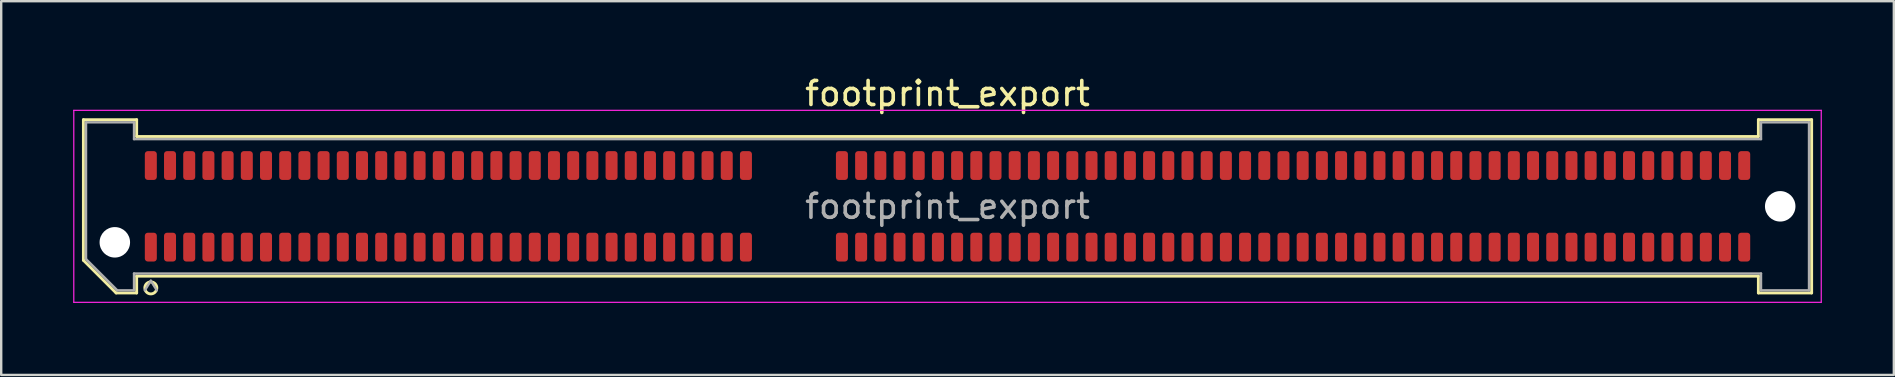
<source format=kicad_pcb>
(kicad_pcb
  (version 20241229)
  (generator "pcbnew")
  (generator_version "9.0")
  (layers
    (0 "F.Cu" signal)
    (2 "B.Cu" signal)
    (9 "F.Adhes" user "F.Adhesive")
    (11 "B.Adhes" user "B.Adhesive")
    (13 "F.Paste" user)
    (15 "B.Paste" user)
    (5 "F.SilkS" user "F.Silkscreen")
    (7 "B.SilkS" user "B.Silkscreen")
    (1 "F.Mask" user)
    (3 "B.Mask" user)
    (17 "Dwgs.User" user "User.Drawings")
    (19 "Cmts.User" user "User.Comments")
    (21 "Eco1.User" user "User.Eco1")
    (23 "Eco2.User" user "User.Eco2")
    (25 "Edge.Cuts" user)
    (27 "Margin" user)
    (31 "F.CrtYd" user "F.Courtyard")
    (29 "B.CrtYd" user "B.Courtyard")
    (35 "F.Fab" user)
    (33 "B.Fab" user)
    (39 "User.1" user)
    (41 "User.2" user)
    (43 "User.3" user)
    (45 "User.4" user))
  (footprint "footprint_export"
    (layer "F.Cu")
    (at 36.435 5.548)
    (property "Reference" "footprint_export" (at 0 -4.7 0) (layer "F.SilkS") (effects (font (size 1 1) (thickness 0.15))))
    (attr smd)
    (fp_line (start -36.01 -3.61) (end -33.79 -3.61) (stroke (width 0.12) (type solid)) (layer "F.SilkS"))
    (fp_line (start -36.01 2.246) (end -36.01 -3.61) (stroke (width 0.12) (type solid)) (layer "F.SilkS"))
    (fp_line (start -34.646 3.61) (end -36.01 2.246) (stroke (width 0.12) (type solid)) (layer "F.SilkS"))
    (fp_line (start -33.79 -3.61) (end -33.79 -2.91) (stroke (width 0.12) (type solid)) (layer "F.SilkS"))
    (fp_line (start -33.79 -2.91) (end 33.79 -2.91) (stroke (width 0.12) (type solid)) (layer "F.SilkS"))
    (fp_line (start -33.79 2.91) (end -33.79 3.61) (stroke (width 0.12) (type solid)) (layer "F.SilkS"))
    (fp_line (start -33.79 3.61) (end -34.646 3.61) (stroke (width 0.12) (type solid)) (layer "F.SilkS"))
    (fp_line (start 33.79 -3.61) (end 36.01 -3.61) (stroke (width 0.12) (type solid)) (layer "F.SilkS"))
    (fp_line (start 33.79 -2.91) (end 33.79 -3.61) (stroke (width 0.12) (type solid)) (layer "F.SilkS"))
    (fp_line (start 33.79 2.91) (end -33.79 2.91) (stroke (width 0.12) (type solid)) (layer "F.SilkS"))
    (fp_line (start 33.79 3.61) (end 33.79 2.91) (stroke (width 0.12) (type solid)) (layer "F.SilkS"))
    (fp_line (start 36.01 -3.61) (end 36.01 3.61) (stroke (width 0.12) (type solid)) (layer "F.SilkS"))
    (fp_line (start 36.01 3.61) (end 33.79 3.61) (stroke (width 0.12) (type solid)) (layer "F.SilkS"))
    (fp_arc (start -32.95 3.4) (mid -33.45 3.4) (end -32.95 3.4) (stroke (width 0.12) (type solid)) (layer "F.SilkS"))
    (fp_line (start -36.41 -4) (end -36.41 4) (stroke (width 0.05) (type solid)) (layer "F.CrtYd"))
    (fp_line (start -36.41 4) (end 36.41 4) (stroke (width 0.05) (type solid)) (layer "F.CrtYd"))
    (fp_line (start 36.41 -4) (end -36.41 -4) (stroke (width 0.05) (type solid)) (layer "F.CrtYd"))
    (fp_line (start 36.41 4) (end 36.41 -4) (stroke (width 0.05) (type solid)) (layer "F.CrtYd"))
    (fp_line (start -35.9 -3.5) (end -33.9 -3.5) (stroke (width 0.1) (type solid)) (layer "F.Fab"))
    (fp_line (start -35.9 2.2) (end -35.9 -3.5) (stroke (width 0.1) (type solid)) (layer "F.Fab"))
    (fp_line (start -34.6 3.5) (end -35.9 2.2) (stroke (width 0.1) (type solid)) (layer "F.Fab"))
    (fp_line (start -33.9 -3.5) (end -33.9 -2.8) (stroke (width 0.1) (type solid)) (layer "F.Fab"))
    (fp_line (start -33.9 -2.8) (end 33.9 -2.8) (stroke (width 0.1) (type solid)) (layer "F.Fab"))
    (fp_line (start -33.9 2.8) (end -33.9 3.5) (stroke (width 0.1) (type solid)) (layer "F.Fab"))
    (fp_line (start -33.9 3.5) (end -34.6 3.5) (stroke (width 0.1) (type solid)) (layer "F.Fab"))
    (fp_line (start -33.2 3.1) (end -33.45 3.5) (stroke (width 0.1) (type solid)) (layer "F.Fab"))
    (fp_line (start -33.2 3.1) (end -32.95 3.5) (stroke (width 0.1) (type solid)) (layer "F.Fab"))
    (fp_line (start 33.9 -3.5) (end 35.9 -3.5) (stroke (width 0.1) (type solid)) (layer "F.Fab"))
    (fp_line (start 33.9 -2.8) (end 33.9 -3.5) (stroke (width 0.1) (type solid)) (layer "F.Fab"))
    (fp_line (start 33.9 2.8) (end -33.9 2.8) (stroke (width 0.1) (type solid)) (layer "F.Fab"))
    (fp_line (start 33.9 3.5) (end 33.9 2.8) (stroke (width 0.1) (type solid)) (layer "F.Fab"))
    (fp_line (start 35.9 -3.5) (end 35.9 3.5) (stroke (width 0.1) (type solid)) (layer "F.Fab"))
    (fp_line (start 35.9 3.5) (end 33.9 3.5) (stroke (width 0.1) (type solid)) (layer "F.Fab"))
    (fp_text user "${REFERENCE}" (at 0 0 0) (layer "F.Fab") (effects (font (size 1 1) (thickness 0.15))))
    (pad "" np_thru_hole circle (at -34.7 1.5) (size 1.27 1.27) (drill 1.27) (layers "*.Cu" "*.Mask"))
    (pad "" np_thru_hole circle (at 34.7 0) (size 1.27 1.27) (drill 1.27) (layers "*.Cu" "*.Mask"))
    (pad "1" smd roundrect (at -33.2 1.7) (size 0.5 1.2) (layers "F.Cu" "F.Mask" "F.Paste") (roundrect_rratio 0.25))
    (pad "2" smd roundrect (at -33.2 -1.7) (size 0.5 1.2) (layers "F.Cu" "F.Mask" "F.Paste") (roundrect_rratio 0.25))
    (pad "3" smd roundrect (at -32.4 1.7) (size 0.5 1.2) (layers "F.Cu" "F.Mask" "F.Paste") (roundrect_rratio 0.25))
    (pad "4" smd roundrect (at -32.4 -1.7) (size 0.5 1.2) (layers "F.Cu" "F.Mask" "F.Paste") (roundrect_rratio 0.25))
    (pad "5" smd roundrect (at -31.6 1.7) (size 0.5 1.2) (layers "F.Cu" "F.Mask" "F.Paste") (roundrect_rratio 0.25))
    (pad "6" smd roundrect (at -31.6 -1.7) (size 0.5 1.2) (layers "F.Cu" "F.Mask" "F.Paste") (roundrect_rratio 0.25))
    (pad "7" smd roundrect (at -30.8 1.7) (size 0.5 1.2) (layers "F.Cu" "F.Mask" "F.Paste") (roundrect_rratio 0.25))
    (pad "8" smd roundrect (at -30.8 -1.7) (size 0.5 1.2) (layers "F.Cu" "F.Mask" "F.Paste") (roundrect_rratio 0.25))
    (pad "9" smd roundrect (at -30 1.7) (size 0.5 1.2) (layers "F.Cu" "F.Mask" "F.Paste") (roundrect_rratio 0.25))
    (pad "10" smd roundrect (at -30 -1.7) (size 0.5 1.2) (layers "F.Cu" "F.Mask" "F.Paste") (roundrect_rratio 0.25))
    (pad "11" smd roundrect (at -29.2 1.7) (size 0.5 1.2) (layers "F.Cu" "F.Mask" "F.Paste") (roundrect_rratio 0.25))
    (pad "12" smd roundrect (at -29.2 -1.7) (size 0.5 1.2) (layers "F.Cu" "F.Mask" "F.Paste") (roundrect_rratio 0.25))
    (pad "13" smd roundrect (at -28.4 1.7) (size 0.5 1.2) (layers "F.Cu" "F.Mask" "F.Paste") (roundrect_rratio 0.25))
    (pad "14" smd roundrect (at -28.4 -1.7) (size 0.5 1.2) (layers "F.Cu" "F.Mask" "F.Paste") (roundrect_rratio 0.25))
    (pad "15" smd roundrect (at -27.6 1.7) (size 0.5 1.2) (layers "F.Cu" "F.Mask" "F.Paste") (roundrect_rratio 0.25))
    (pad "16" smd roundrect (at -27.6 -1.7) (size 0.5 1.2) (layers "F.Cu" "F.Mask" "F.Paste") (roundrect_rratio 0.25))
    (pad "17" smd roundrect (at -26.8 1.7) (size 0.5 1.2) (layers "F.Cu" "F.Mask" "F.Paste") (roundrect_rratio 0.25))
    (pad "18" smd roundrect (at -26.8 -1.7) (size 0.5 1.2) (layers "F.Cu" "F.Mask" "F.Paste") (roundrect_rratio 0.25))
    (pad "19" smd roundrect (at -26 1.7) (size 0.5 1.2) (layers "F.Cu" "F.Mask" "F.Paste") (roundrect_rratio 0.25))
    (pad "20" smd roundrect (at -26 -1.7) (size 0.5 1.2) (layers "F.Cu" "F.Mask" "F.Paste") (roundrect_rratio 0.25))
    (pad "21" smd roundrect (at -25.2 1.7) (size 0.5 1.2) (layers "F.Cu" "F.Mask" "F.Paste") (roundrect_rratio 0.25))
    (pad "22" smd roundrect (at -25.2 -1.7) (size 0.5 1.2) (layers "F.Cu" "F.Mask" "F.Paste") (roundrect_rratio 0.25))
    (pad "23" smd roundrect (at -24.4 1.7) (size 0.5 1.2) (layers "F.Cu" "F.Mask" "F.Paste") (roundrect_rratio 0.25))
    (pad "24" smd roundrect (at -24.4 -1.7) (size 0.5 1.2) (layers "F.Cu" "F.Mask" "F.Paste") (roundrect_rratio 0.25))
    (pad "25" smd roundrect (at -23.6 1.7) (size 0.5 1.2) (layers "F.Cu" "F.Mask" "F.Paste") (roundrect_rratio 0.25))
    (pad "26" smd roundrect (at -23.6 -1.7) (size 0.5 1.2) (layers "F.Cu" "F.Mask" "F.Paste") (roundrect_rratio 0.25))
    (pad "27" smd roundrect (at -22.8 1.7) (size 0.5 1.2) (layers "F.Cu" "F.Mask" "F.Paste") (roundrect_rratio 0.25))
    (pad "28" smd roundrect (at -22.8 -1.7) (size 0.5 1.2) (layers "F.Cu" "F.Mask" "F.Paste") (roundrect_rratio 0.25))
    (pad "29" smd roundrect (at -22 1.7) (size 0.5 1.2) (layers "F.Cu" "F.Mask" "F.Paste") (roundrect_rratio 0.25))
    (pad "30" smd roundrect (at -22 -1.7) (size 0.5 1.2) (layers "F.Cu" "F.Mask" "F.Paste") (roundrect_rratio 0.25))
    (pad "31" smd roundrect (at -21.2 1.7) (size 0.5 1.2) (layers "F.Cu" "F.Mask" "F.Paste") (roundrect_rratio 0.25))
    (pad "32" smd roundrect (at -21.2 -1.7) (size 0.5 1.2) (layers "F.Cu" "F.Mask" "F.Paste") (roundrect_rratio 0.25))
    (pad "33" smd roundrect (at -20.4 1.7) (size 0.5 1.2) (layers "F.Cu" "F.Mask" "F.Paste") (roundrect_rratio 0.25))
    (pad "34" smd roundrect (at -20.4 -1.7) (size 0.5 1.2) (layers "F.Cu" "F.Mask" "F.Paste") (roundrect_rratio 0.25))
    (pad "35" smd roundrect (at -19.6 1.7) (size 0.5 1.2) (layers "F.Cu" "F.Mask" "F.Paste") (roundrect_rratio 0.25))
    (pad "36" smd roundrect (at -19.6 -1.7) (size 0.5 1.2) (layers "F.Cu" "F.Mask" "F.Paste") (roundrect_rratio 0.25))
    (pad "37" smd roundrect (at -18.8 1.7) (size 0.5 1.2) (layers "F.Cu" "F.Mask" "F.Paste") (roundrect_rratio 0.25))
    (pad "38" smd roundrect (at -18.8 -1.7) (size 0.5 1.2) (layers "F.Cu" "F.Mask" "F.Paste") (roundrect_rratio 0.25))
    (pad "39" smd roundrect (at -18 1.7) (size 0.5 1.2) (layers "F.Cu" "F.Mask" "F.Paste") (roundrect_rratio 0.25))
    (pad "40" smd roundrect (at -18 -1.7) (size 0.5 1.2) (layers "F.Cu" "F.Mask" "F.Paste") (roundrect_rratio 0.25))
    (pad "41" smd roundrect (at -17.2 1.7) (size 0.5 1.2) (layers "F.Cu" "F.Mask" "F.Paste") (roundrect_rratio 0.25))
    (pad "42" smd roundrect (at -17.2 -1.7) (size 0.5 1.2) (layers "F.Cu" "F.Mask" "F.Paste") (roundrect_rratio 0.25))
    (pad "43" smd roundrect (at -16.4 1.7) (size 0.5 1.2) (layers "F.Cu" "F.Mask" "F.Paste") (roundrect_rratio 0.25))
    (pad "44" smd roundrect (at -16.4 -1.7) (size 0.5 1.2) (layers "F.Cu" "F.Mask" "F.Paste") (roundrect_rratio 0.25))
    (pad "45" smd roundrect (at -15.6 1.7) (size 0.5 1.2) (layers "F.Cu" "F.Mask" "F.Paste") (roundrect_rratio 0.25))
    (pad "46" smd roundrect (at -15.6 -1.7) (size 0.5 1.2) (layers "F.Cu" "F.Mask" "F.Paste") (roundrect_rratio 0.25))
    (pad "47" smd roundrect (at -14.8 1.7) (size 0.5 1.2) (layers "F.Cu" "F.Mask" "F.Paste") (roundrect_rratio 0.25))
    (pad "48" smd roundrect (at -14.8 -1.7) (size 0.5 1.2) (layers "F.Cu" "F.Mask" "F.Paste") (roundrect_rratio 0.25))
    (pad "49" smd roundrect (at -14 1.7) (size 0.5 1.2) (layers "F.Cu" "F.Mask" "F.Paste") (roundrect_rratio 0.25))
    (pad "50" smd roundrect (at -14 -1.7) (size 0.5 1.2) (layers "F.Cu" "F.Mask" "F.Paste") (roundrect_rratio 0.25))
    (pad "51" smd roundrect (at -13.2 1.7) (size 0.5 1.2) (layers "F.Cu" "F.Mask" "F.Paste") (roundrect_rratio 0.25))
    (pad "52" smd roundrect (at -13.2 -1.7) (size 0.5 1.2) (layers "F.Cu" "F.Mask" "F.Paste") (roundrect_rratio 0.25))
    (pad "53" smd roundrect (at -12.4 1.7) (size 0.5 1.2) (layers "F.Cu" "F.Mask" "F.Paste") (roundrect_rratio 0.25))
    (pad "54" smd roundrect (at -12.4 -1.7) (size 0.5 1.2) (layers "F.Cu" "F.Mask" "F.Paste") (roundrect_rratio 0.25))
    (pad "55" smd roundrect (at -11.6 1.7) (size 0.5 1.2) (layers "F.Cu" "F.Mask" "F.Paste") (roundrect_rratio 0.25))
    (pad "56" smd roundrect (at -11.6 -1.7) (size 0.5 1.2) (layers "F.Cu" "F.Mask" "F.Paste") (roundrect_rratio 0.25))
    (pad "57" smd roundrect (at -10.8 1.7) (size 0.5 1.2) (layers "F.Cu" "F.Mask" "F.Paste") (roundrect_rratio 0.25))
    (pad "58" smd roundrect (at -10.8 -1.7) (size 0.5 1.2) (layers "F.Cu" "F.Mask" "F.Paste") (roundrect_rratio 0.25))
    (pad "59" smd roundrect (at -10 1.7) (size 0.5 1.2) (layers "F.Cu" "F.Mask" "F.Paste") (roundrect_rratio 0.25))
    (pad "60" smd roundrect (at -10 -1.7) (size 0.5 1.2) (layers "F.Cu" "F.Mask" "F.Paste") (roundrect_rratio 0.25))
    (pad "61" smd roundrect (at -9.2 1.7) (size 0.5 1.2) (layers "F.Cu" "F.Mask" "F.Paste") (roundrect_rratio 0.25))
    (pad "62" smd roundrect (at -9.2 -1.7) (size 0.5 1.2) (layers "F.Cu" "F.Mask" "F.Paste") (roundrect_rratio 0.25))
    (pad "63" smd roundrect (at -8.4 1.7) (size 0.5 1.2) (layers "F.Cu" "F.Mask" "F.Paste") (roundrect_rratio 0.25))
    (pad "64" smd roundrect (at -8.4 -1.7) (size 0.5 1.2) (layers "F.Cu" "F.Mask" "F.Paste") (roundrect_rratio 0.25))
    (pad "65" smd roundrect (at -4.4 1.7) (size 0.5 1.2) (layers "F.Cu" "F.Mask" "F.Paste") (roundrect_rratio 0.25))
    (pad "66" smd roundrect (at -4.4 -1.7) (size 0.5 1.2) (layers "F.Cu" "F.Mask" "F.Paste") (roundrect_rratio 0.25))
    (pad "67" smd roundrect (at -3.6 1.7) (size 0.5 1.2) (layers "F.Cu" "F.Mask" "F.Paste") (roundrect_rratio 0.25))
    (pad "68" smd roundrect (at -3.6 -1.7) (size 0.5 1.2) (layers "F.Cu" "F.Mask" "F.Paste") (roundrect_rratio 0.25))
    (pad "69" smd roundrect (at -2.8 1.7) (size 0.5 1.2) (layers "F.Cu" "F.Mask" "F.Paste") (roundrect_rratio 0.25))
    (pad "70" smd roundrect (at -2.8 -1.7) (size 0.5 1.2) (layers "F.Cu" "F.Mask" "F.Paste") (roundrect_rratio 0.25))
    (pad "71" smd roundrect (at -2 1.7) (size 0.5 1.2) (layers "F.Cu" "F.Mask" "F.Paste") (roundrect_rratio 0.25))
    (pad "72" smd roundrect (at -2 -1.7) (size 0.5 1.2) (layers "F.Cu" "F.Mask" "F.Paste") (roundrect_rratio 0.25))
    (pad "73" smd roundrect (at -1.2 1.7) (size 0.5 1.2) (layers "F.Cu" "F.Mask" "F.Paste") (roundrect_rratio 0.25))
    (pad "74" smd roundrect (at -1.2 -1.7) (size 0.5 1.2) (layers "F.Cu" "F.Mask" "F.Paste") (roundrect_rratio 0.25))
    (pad "75" smd roundrect (at -0.4 1.7) (size 0.5 1.2) (layers "F.Cu" "F.Mask" "F.Paste") (roundrect_rratio 0.25))
    (pad "76" smd roundrect (at -0.4 -1.7) (size 0.5 1.2) (layers "F.Cu" "F.Mask" "F.Paste") (roundrect_rratio 0.25))
    (pad "77" smd roundrect (at 0.4 1.7) (size 0.5 1.2) (layers "F.Cu" "F.Mask" "F.Paste") (roundrect_rratio 0.25))
    (pad "78" smd roundrect (at 0.4 -1.7) (size 0.5 1.2) (layers "F.Cu" "F.Mask" "F.Paste") (roundrect_rratio 0.25))
    (pad "79" smd roundrect (at 1.2 1.7) (size 0.5 1.2) (layers "F.Cu" "F.Mask" "F.Paste") (roundrect_rratio 0.25))
    (pad "80" smd roundrect (at 1.2 -1.7) (size 0.5 1.2) (layers "F.Cu" "F.Mask" "F.Paste") (roundrect_rratio 0.25))
    (pad "81" smd roundrect (at 2 1.7) (size 0.5 1.2) (layers "F.Cu" "F.Mask" "F.Paste") (roundrect_rratio 0.25))
    (pad "82" smd roundrect (at 2 -1.7) (size 0.5 1.2) (layers "F.Cu" "F.Mask" "F.Paste") (roundrect_rratio 0.25))
    (pad "83" smd roundrect (at 2.8 1.7) (size 0.5 1.2) (layers "F.Cu" "F.Mask" "F.Paste") (roundrect_rratio 0.25))
    (pad "84" smd roundrect (at 2.8 -1.7) (size 0.5 1.2) (layers "F.Cu" "F.Mask" "F.Paste") (roundrect_rratio 0.25))
    (pad "85" smd roundrect (at 3.6 1.7) (size 0.5 1.2) (layers "F.Cu" "F.Mask" "F.Paste") (roundrect_rratio 0.25))
    (pad "86" smd roundrect (at 3.6 -1.7) (size 0.5 1.2) (layers "F.Cu" "F.Mask" "F.Paste") (roundrect_rratio 0.25))
    (pad "87" smd roundrect (at 4.4 1.7) (size 0.5 1.2) (layers "F.Cu" "F.Mask" "F.Paste") (roundrect_rratio 0.25))
    (pad "88" smd roundrect (at 4.4 -1.7) (size 0.5 1.2) (layers "F.Cu" "F.Mask" "F.Paste") (roundrect_rratio 0.25))
    (pad "89" smd roundrect (at 5.2 1.7) (size 0.5 1.2) (layers "F.Cu" "F.Mask" "F.Paste") (roundrect_rratio 0.25))
    (pad "90" smd roundrect (at 5.2 -1.7) (size 0.5 1.2) (layers "F.Cu" "F.Mask" "F.Paste") (roundrect_rratio 0.25))
    (pad "91" smd roundrect (at 6 1.7) (size 0.5 1.2) (layers "F.Cu" "F.Mask" "F.Paste") (roundrect_rratio 0.25))
    (pad "92" smd roundrect (at 6 -1.7) (size 0.5 1.2) (layers "F.Cu" "F.Mask" "F.Paste") (roundrect_rratio 0.25))
    (pad "93" smd roundrect (at 6.8 1.7) (size 0.5 1.2) (layers "F.Cu" "F.Mask" "F.Paste") (roundrect_rratio 0.25))
    (pad "94" smd roundrect (at 6.8 -1.7) (size 0.5 1.2) (layers "F.Cu" "F.Mask" "F.Paste") (roundrect_rratio 0.25))
    (pad "95" smd roundrect (at 7.6 1.7) (size 0.5 1.2) (layers "F.Cu" "F.Mask" "F.Paste") (roundrect_rratio 0.25))
    (pad "96" smd roundrect (at 7.6 -1.7) (size 0.5 1.2) (layers "F.Cu" "F.Mask" "F.Paste") (roundrect_rratio 0.25))
    (pad "97" smd roundrect (at 8.4 1.7) (size 0.5 1.2) (layers "F.Cu" "F.Mask" "F.Paste") (roundrect_rratio 0.25))
    (pad "98" smd roundrect (at 8.4 -1.7) (size 0.5 1.2) (layers "F.Cu" "F.Mask" "F.Paste") (roundrect_rratio 0.25))
    (pad "99" smd roundrect (at 9.2 1.7) (size 0.5 1.2) (layers "F.Cu" "F.Mask" "F.Paste") (roundrect_rratio 0.25))
    (pad "100" smd roundrect (at 9.2 -1.7) (size 0.5 1.2) (layers "F.Cu" "F.Mask" "F.Paste") (roundrect_rratio 0.25))
    (pad "101" smd roundrect (at 10 1.7) (size 0.5 1.2) (layers "F.Cu" "F.Mask" "F.Paste") (roundrect_rratio 0.25))
    (pad "102" smd roundrect (at 10 -1.7) (size 0.5 1.2) (layers "F.Cu" "F.Mask" "F.Paste") (roundrect_rratio 0.25))
    (pad "103" smd roundrect (at 10.8 1.7) (size 0.5 1.2) (layers "F.Cu" "F.Mask" "F.Paste") (roundrect_rratio 0.25))
    (pad "104" smd roundrect (at 10.8 -1.7) (size 0.5 1.2) (layers "F.Cu" "F.Mask" "F.Paste") (roundrect_rratio 0.25))
    (pad "105" smd roundrect (at 11.6 1.7) (size 0.5 1.2) (layers "F.Cu" "F.Mask" "F.Paste") (roundrect_rratio 0.25))
    (pad "106" smd roundrect (at 11.6 -1.7) (size 0.5 1.2) (layers "F.Cu" "F.Mask" "F.Paste") (roundrect_rratio 0.25))
    (pad "107" smd roundrect (at 12.4 1.7) (size 0.5 1.2) (layers "F.Cu" "F.Mask" "F.Paste") (roundrect_rratio 0.25))
    (pad "108" smd roundrect (at 12.4 -1.7) (size 0.5 1.2) (layers "F.Cu" "F.Mask" "F.Paste") (roundrect_rratio 0.25))
    (pad "109" smd roundrect (at 13.2 1.7) (size 0.5 1.2) (layers "F.Cu" "F.Mask" "F.Paste") (roundrect_rratio 0.25))
    (pad "110" smd roundrect (at 13.2 -1.7) (size 0.5 1.2) (layers "F.Cu" "F.Mask" "F.Paste") (roundrect_rratio 0.25))
    (pad "111" smd roundrect (at 14 1.7) (size 0.5 1.2) (layers "F.Cu" "F.Mask" "F.Paste") (roundrect_rratio 0.25))
    (pad "112" smd roundrect (at 14 -1.7) (size 0.5 1.2) (layers "F.Cu" "F.Mask" "F.Paste") (roundrect_rratio 0.25))
    (pad "113" smd roundrect (at 14.8 1.7) (size 0.5 1.2) (layers "F.Cu" "F.Mask" "F.Paste") (roundrect_rratio 0.25))
    (pad "114" smd roundrect (at 14.8 -1.7) (size 0.5 1.2) (layers "F.Cu" "F.Mask" "F.Paste") (roundrect_rratio 0.25))
    (pad "115" smd roundrect (at 15.6 1.7) (size 0.5 1.2) (layers "F.Cu" "F.Mask" "F.Paste") (roundrect_rratio 0.25))
    (pad "116" smd roundrect (at 15.6 -1.7) (size 0.5 1.2) (layers "F.Cu" "F.Mask" "F.Paste") (roundrect_rratio 0.25))
    (pad "117" smd roundrect (at 16.4 1.7) (size 0.5 1.2) (layers "F.Cu" "F.Mask" "F.Paste") (roundrect_rratio 0.25))
    (pad "118" smd roundrect (at 16.4 -1.7) (size 0.5 1.2) (layers "F.Cu" "F.Mask" "F.Paste") (roundrect_rratio 0.25))
    (pad "119" smd roundrect (at 17.2 1.7) (size 0.5 1.2) (layers "F.Cu" "F.Mask" "F.Paste") (roundrect_rratio 0.25))
    (pad "120" smd roundrect (at 17.2 -1.7) (size 0.5 1.2) (layers "F.Cu" "F.Mask" "F.Paste") (roundrect_rratio 0.25))
    (pad "121" smd roundrect (at 18 1.7) (size 0.5 1.2) (layers "F.Cu" "F.Mask" "F.Paste") (roundrect_rratio 0.25))
    (pad "122" smd roundrect (at 18 -1.7) (size 0.5 1.2) (layers "F.Cu" "F.Mask" "F.Paste") (roundrect_rratio 0.25))
    (pad "123" smd roundrect (at 18.8 1.7) (size 0.5 1.2) (layers "F.Cu" "F.Mask" "F.Paste") (roundrect_rratio 0.25))
    (pad "124" smd roundrect (at 18.8 -1.7) (size 0.5 1.2) (layers "F.Cu" "F.Mask" "F.Paste") (roundrect_rratio 0.25))
    (pad "125" smd roundrect (at 19.6 1.7) (size 0.5 1.2) (layers "F.Cu" "F.Mask" "F.Paste") (roundrect_rratio 0.25))
    (pad "126" smd roundrect (at 19.6 -1.7) (size 0.5 1.2) (layers "F.Cu" "F.Mask" "F.Paste") (roundrect_rratio 0.25))
    (pad "127" smd roundrect (at 20.4 1.7) (size 0.5 1.2) (layers "F.Cu" "F.Mask" "F.Paste") (roundrect_rratio 0.25))
    (pad "128" smd roundrect (at 20.4 -1.7) (size 0.5 1.2) (layers "F.Cu" "F.Mask" "F.Paste") (roundrect_rratio 0.25))
    (pad "129" smd roundrect (at 21.2 1.7) (size 0.5 1.2) (layers "F.Cu" "F.Mask" "F.Paste") (roundrect_rratio 0.25))
    (pad "130" smd roundrect (at 21.2 -1.7) (size 0.5 1.2) (layers "F.Cu" "F.Mask" "F.Paste") (roundrect_rratio 0.25))
    (pad "131" smd roundrect (at 22 1.7) (size 0.5 1.2) (layers "F.Cu" "F.Mask" "F.Paste") (roundrect_rratio 0.25))
    (pad "132" smd roundrect (at 22 -1.7) (size 0.5 1.2) (layers "F.Cu" "F.Mask" "F.Paste") (roundrect_rratio 0.25))
    (pad "133" smd roundrect (at 22.8 1.7) (size 0.5 1.2) (layers "F.Cu" "F.Mask" "F.Paste") (roundrect_rratio 0.25))
    (pad "134" smd roundrect (at 22.8 -1.7) (size 0.5 1.2) (layers "F.Cu" "F.Mask" "F.Paste") (roundrect_rratio 0.25))
    (pad "135" smd roundrect (at 23.6 1.7) (size 0.5 1.2) (layers "F.Cu" "F.Mask" "F.Paste") (roundrect_rratio 0.25))
    (pad "136" smd roundrect (at 23.6 -1.7) (size 0.5 1.2) (layers "F.Cu" "F.Mask" "F.Paste") (roundrect_rratio 0.25))
    (pad "137" smd roundrect (at 24.4 1.7) (size 0.5 1.2) (layers "F.Cu" "F.Mask" "F.Paste") (roundrect_rratio 0.25))
    (pad "138" smd roundrect (at 24.4 -1.7) (size 0.5 1.2) (layers "F.Cu" "F.Mask" "F.Paste") (roundrect_rratio 0.25))
    (pad "139" smd roundrect (at 25.2 1.7) (size 0.5 1.2) (layers "F.Cu" "F.Mask" "F.Paste") (roundrect_rratio 0.25))
    (pad "140" smd roundrect (at 25.2 -1.7) (size 0.5 1.2) (layers "F.Cu" "F.Mask" "F.Paste") (roundrect_rratio 0.25))
    (pad "141" smd roundrect (at 26 1.7) (size 0.5 1.2) (layers "F.Cu" "F.Mask" "F.Paste") (roundrect_rratio 0.25))
    (pad "142" smd roundrect (at 26 -1.7) (size 0.5 1.2) (layers "F.Cu" "F.Mask" "F.Paste") (roundrect_rratio 0.25))
    (pad "143" smd roundrect (at 26.8 1.7) (size 0.5 1.2) (layers "F.Cu" "F.Mask" "F.Paste") (roundrect_rratio 0.25))
    (pad "144" smd roundrect (at 26.8 -1.7) (size 0.5 1.2) (layers "F.Cu" "F.Mask" "F.Paste") (roundrect_rratio 0.25))
    (pad "145" smd roundrect (at 27.6 1.7) (size 0.5 1.2) (layers "F.Cu" "F.Mask" "F.Paste") (roundrect_rratio 0.25))
    (pad "146" smd roundrect (at 27.6 -1.7) (size 0.5 1.2) (layers "F.Cu" "F.Mask" "F.Paste") (roundrect_rratio 0.25))
    (pad "147" smd roundrect (at 28.4 1.7) (size 0.5 1.2) (layers "F.Cu" "F.Mask" "F.Paste") (roundrect_rratio 0.25))
    (pad "148" smd roundrect (at 28.4 -1.7) (size 0.5 1.2) (layers "F.Cu" "F.Mask" "F.Paste") (roundrect_rratio 0.25))
    (pad "149" smd roundrect (at 29.2 1.7) (size 0.5 1.2) (layers "F.Cu" "F.Mask" "F.Paste") (roundrect_rratio 0.25))
    (pad "150" smd roundrect (at 29.2 -1.7) (size 0.5 1.2) (layers "F.Cu" "F.Mask" "F.Paste") (roundrect_rratio 0.25))
    (pad "151" smd roundrect (at 30 1.7) (size 0.5 1.2) (layers "F.Cu" "F.Mask" "F.Paste") (roundrect_rratio 0.25))
    (pad "152" smd roundrect (at 30 -1.7) (size 0.5 1.2) (layers "F.Cu" "F.Mask" "F.Paste") (roundrect_rratio 0.25))
    (pad "153" smd roundrect (at 30.8 1.7) (size 0.5 1.2) (layers "F.Cu" "F.Mask" "F.Paste") (roundrect_rratio 0.25))
    (pad "154" smd roundrect (at 30.8 -1.7) (size 0.5 1.2) (layers "F.Cu" "F.Mask" "F.Paste") (roundrect_rratio 0.25))
    (pad "155" smd roundrect (at 31.6 1.7) (size 0.5 1.2) (layers "F.Cu" "F.Mask" "F.Paste") (roundrect_rratio 0.25))
    (pad "156" smd roundrect (at 31.6 -1.7) (size 0.5 1.2) (layers "F.Cu" "F.Mask" "F.Paste") (roundrect_rratio 0.25))
    (pad "157" smd roundrect (at 32.4 1.7) (size 0.5 1.2) (layers "F.Cu" "F.Mask" "F.Paste") (roundrect_rratio 0.25))
    (pad "158" smd roundrect (at 32.4 -1.7) (size 0.5 1.2) (layers "F.Cu" "F.Mask" "F.Paste") (roundrect_rratio 0.25))
    (pad "159" smd roundrect (at 33.2 1.7) (size 0.5 1.2) (layers "F.Cu" "F.Mask" "F.Paste") (roundrect_rratio 0.25))
    (pad "160" smd roundrect (at 33.2 -1.7) (size 0.5 1.2) (layers "F.Cu" "F.Mask" "F.Paste") (roundrect_rratio 0.25)))
  (gr_rect
    (start -3 -3)
    (end 75.87 12.573)
    (stroke (width 0.1) (type default))
    (fill no)
    (layer "Edge.Cuts")))
</source>
